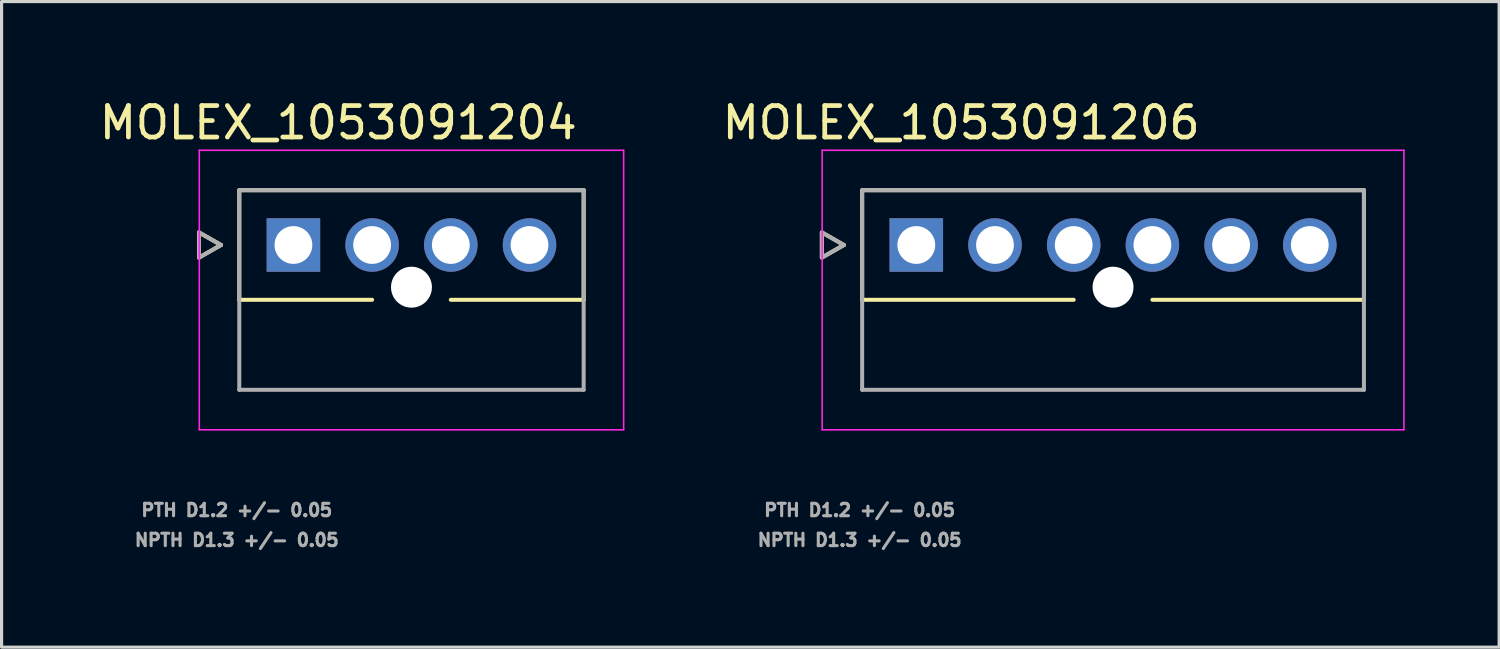
<source format=kicad_pcb>
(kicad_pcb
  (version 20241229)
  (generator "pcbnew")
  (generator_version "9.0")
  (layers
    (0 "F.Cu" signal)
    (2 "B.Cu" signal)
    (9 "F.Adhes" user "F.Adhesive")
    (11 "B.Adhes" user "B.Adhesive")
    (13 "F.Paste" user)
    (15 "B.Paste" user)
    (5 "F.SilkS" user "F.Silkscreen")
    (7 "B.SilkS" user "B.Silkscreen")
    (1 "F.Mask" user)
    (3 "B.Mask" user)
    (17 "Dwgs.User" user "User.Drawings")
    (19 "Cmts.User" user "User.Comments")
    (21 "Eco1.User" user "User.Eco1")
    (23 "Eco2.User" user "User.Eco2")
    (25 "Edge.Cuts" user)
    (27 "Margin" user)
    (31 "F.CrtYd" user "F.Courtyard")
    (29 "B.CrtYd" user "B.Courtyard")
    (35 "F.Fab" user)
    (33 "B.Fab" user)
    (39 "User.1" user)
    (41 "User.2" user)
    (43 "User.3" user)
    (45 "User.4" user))
  (footprint "MOLEX_1053091206"
    (layer "F.Cu")
    (at 26.058 4.733)
    (property "Reference" "MOLEX_1053091206" (at 1.425 -3.885 0) (layer "F.SilkS") (effects (font (size 1 1) (thickness 0.15))))
    (attr through_hole)
    (fp_circle (center 2.5 0) (end 2.963 0) (stroke (width 0.926) (type solid)) (fill no) (layer "F.Mask"))
    (fp_circle (center 5 0) (end 5.463 0) (stroke (width 0.926) (type solid)) (fill no) (layer "F.Mask"))
    (fp_circle (center 6.25 1.34) (end 6.613 1.34) (stroke (width 0.726) (type solid)) (fill no) (layer "F.Mask"))
    (fp_circle (center 7.5 0) (end 7.963 0) (stroke (width 0.926) (type solid)) (fill no) (layer "F.Mask"))
    (fp_circle (center 10 0) (end 10.463 0) (stroke (width 0.926) (type solid)) (fill no) (layer "F.Mask"))
    (fp_circle (center 12.5 0) (end 12.963 0) (stroke (width 0.926) (type solid)) (fill no) (layer "F.Mask"))
    (fp_poly (pts (xy -0.926 -0.926) (xy 0.926 -0.926) (xy 0.926 0.926) (xy -0.926 0.926)) (stroke (width 0.01) (type solid)) (fill yes) (layer "F.Mask"))
    (fp_circle (center 2.5 0) (end 2.963 0) (stroke (width 0.926) (type solid)) (fill no) (layer "B.Mask"))
    (fp_circle (center 5 0) (end 5.463 0) (stroke (width 0.926) (type solid)) (fill no) (layer "B.Mask"))
    (fp_circle (center 6.25 1.34) (end 6.613 1.34) (stroke (width 0.726) (type solid)) (fill no) (layer "B.Mask"))
    (fp_circle (center 7.5 0) (end 7.963 0) (stroke (width 0.926) (type solid)) (fill no) (layer "B.Mask"))
    (fp_circle (center 10 0) (end 10.463 0) (stroke (width 0.926) (type solid)) (fill no) (layer "B.Mask"))
    (fp_circle (center 12.5 0) (end 12.963 0) (stroke (width 0.926) (type solid)) (fill no) (layer "B.Mask"))
    (fp_poly (pts (xy -0.926 -0.926) (xy 0.926 -0.926) (xy 0.926 0.926) (xy -0.926 0.926)) (stroke (width 0.01) (type solid)) (fill yes) (layer "B.Mask"))
    (fp_line (start -3 -0.4) (end -3 0.4) (stroke (width 0.127) (type solid)) (layer "F.SilkS"))
    (fp_line (start -3 0.4) (end -2.3 0) (stroke (width 0.127) (type solid)) (layer "F.SilkS"))
    (fp_line (start -2.3 0) (end -3 -0.4) (stroke (width 0.127) (type solid)) (layer "F.SilkS"))
    (fp_line (start -1.72 -1.74) (end 14.22 -1.74) (stroke (width 0.127) (type solid)) (layer "F.SilkS"))
    (fp_line (start -1.72 1.74) (end -1.72 -1.74) (stroke (width 0.127) (type solid)) (layer "F.SilkS"))
    (fp_line (start 5 1.74) (end -1.72 1.74) (stroke (width 0.127) (type solid)) (layer "F.SilkS"))
    (fp_line (start 14.22 -1.74) (end 14.22 1.74) (stroke (width 0.127) (type solid)) (layer "F.SilkS"))
    (fp_line (start 14.22 1.74) (end 7.5 1.74) (stroke (width 0.127) (type solid)) (layer "F.SilkS"))
    (fp_line (start -2.99 -3.01) (end 15.49 -3.01) (stroke (width 0.05) (type solid)) (layer "F.CrtYd"))
    (fp_line (start -2.99 5.87) (end -2.99 -3.01) (stroke (width 0.05) (type solid)) (layer "F.CrtYd"))
    (fp_line (start -2.99 5.87) (end 15.49 5.87) (stroke (width 0.05) (type solid)) (layer "F.CrtYd"))
    (fp_line (start 15.49 -3.01) (end 15.49 5.87) (stroke (width 0.05) (type solid)) (layer "F.CrtYd"))
    (fp_line (start -3 -0.4) (end -3 0.4) (stroke (width 0.127) (type solid)) (layer "F.Fab"))
    (fp_line (start -3 0.4) (end -2.3 0) (stroke (width 0.127) (type solid)) (layer "F.Fab"))
    (fp_line (start -2.3 0) (end -3 -0.4) (stroke (width 0.127) (type solid)) (layer "F.Fab"))
    (fp_line (start -1.72 -1.74) (end 14.22 -1.74) (stroke (width 0.127) (type solid)) (layer "F.Fab"))
    (fp_line (start -1.72 4.6) (end -1.72 -1.74) (stroke (width 0.127) (type solid)) (layer "F.Fab"))
    (fp_line (start 14.22 -1.74) (end 14.22 4.6) (stroke (width 0.127) (type solid)) (layer "F.Fab"))
    (fp_line (start 14.22 4.6) (end -1.72 4.6) (stroke (width 0.127) (type solid)) (layer "F.Fab"))
    (fp_text user "PTH D1.2 +/- 0.05" (at -1.8 8.422 0) (layer "F.Fab") (effects (font (size 0.394 0.394) (thickness 0.098))))
    (fp_text user "NPTH D1.3 +/- 0.05" (at -1.8 9.372 0) (layer "F.Fab") (effects (font (size 0.394 0.394) (thickness 0.098))))
    (pad "" np_thru_hole circle (at 6.25 1.34) (size 1.3 1.3) (drill 1.3) (layers "*.Cu" "*.Mask"))
    (pad "1" thru_hole rect (at 0 0) (size 1.7 1.7) (drill 1.2) (layers "*.Cu"))
    (pad "2" thru_hole circle (at 2.5 0) (size 1.7 1.7) (drill 1.2) (layers "*.Cu"))
    (pad "3" thru_hole circle (at 5 0) (size 1.7 1.7) (drill 1.2) (layers "*.Cu"))
    (pad "4" thru_hole circle (at 7.5 0) (size 1.7 1.7) (drill 1.2) (layers "*.Cu"))
    (pad "5" thru_hole circle (at 10 0) (size 1.7 1.7) (drill 1.2) (layers "*.Cu"))
    (pad "6" thru_hole circle (at 12.5 0) (size 1.7 1.7) (drill 1.2) (layers "*.Cu")))
  (footprint "MOLEX_1053091204"
    (layer "F.Cu")
    (at 6.271 4.733)
    (property "Reference" "MOLEX_1053091204" (at 1.425 -3.885 0) (layer "F.SilkS") (effects (font (size 1 1) (thickness 0.15))))
    (attr through_hole)
    (fp_circle (center 2.5 0) (end 2.963 0) (stroke (width 0.926) (type solid)) (fill no) (layer "F.Mask"))
    (fp_circle (center 3.75 1.34) (end 4.113 1.34) (stroke (width 0.726) (type solid)) (fill no) (layer "F.Mask"))
    (fp_circle (center 5 0) (end 5.463 0) (stroke (width 0.926) (type solid)) (fill no) (layer "F.Mask"))
    (fp_circle (center 7.5 0) (end 7.963 0) (stroke (width 0.926) (type solid)) (fill no) (layer "F.Mask"))
    (fp_poly (pts (xy -0.926 -0.926) (xy 0.926 -0.926) (xy 0.926 0.926) (xy -0.926 0.926)) (stroke (width 0.01) (type solid)) (fill yes) (layer "F.Mask"))
    (fp_circle (center 2.5 0) (end 2.963 0) (stroke (width 0.926) (type solid)) (fill no) (layer "B.Mask"))
    (fp_circle (center 3.75 1.34) (end 4.113 1.34) (stroke (width 0.726) (type solid)) (fill no) (layer "B.Mask"))
    (fp_circle (center 5 0) (end 5.463 0) (stroke (width 0.926) (type solid)) (fill no) (layer "B.Mask"))
    (fp_circle (center 7.5 0) (end 7.963 0) (stroke (width 0.926) (type solid)) (fill no) (layer "B.Mask"))
    (fp_poly (pts (xy -0.926 -0.926) (xy 0.926 -0.926) (xy 0.926 0.926) (xy -0.926 0.926)) (stroke (width 0.01) (type solid)) (fill yes) (layer "B.Mask"))
    (fp_line (start -3 -0.4) (end -3 0.4) (stroke (width 0.127) (type solid)) (layer "F.SilkS"))
    (fp_line (start -3 0.4) (end -2.3 0) (stroke (width 0.127) (type solid)) (layer "F.SilkS"))
    (fp_line (start -2.3 0) (end -3 -0.4) (stroke (width 0.127) (type solid)) (layer "F.SilkS"))
    (fp_line (start -1.72 -1.74) (end 9.22 -1.74) (stroke (width 0.127) (type solid)) (layer "F.SilkS"))
    (fp_line (start -1.72 1.74) (end -1.72 -1.74) (stroke (width 0.127) (type solid)) (layer "F.SilkS"))
    (fp_line (start 2.5 1.74) (end -1.72 1.74) (stroke (width 0.127) (type solid)) (layer "F.SilkS"))
    (fp_line (start 9.22 -1.74) (end 9.22 1.74) (stroke (width 0.127) (type solid)) (layer "F.SilkS"))
    (fp_line (start 9.22 1.74) (end 5 1.74) (stroke (width 0.127) (type solid)) (layer "F.SilkS"))
    (fp_line (start -2.99 -3.01) (end 10.49 -3.01) (stroke (width 0.05) (type solid)) (layer "F.CrtYd"))
    (fp_line (start -2.99 5.87) (end -2.99 -3.01) (stroke (width 0.05) (type solid)) (layer "F.CrtYd"))
    (fp_line (start -2.99 5.87) (end 10.49 5.87) (stroke (width 0.05) (type solid)) (layer "F.CrtYd"))
    (fp_line (start 10.49 -3.01) (end 10.49 5.87) (stroke (width 0.05) (type solid)) (layer "F.CrtYd"))
    (fp_line (start -3 -0.4) (end -3 0.4) (stroke (width 0.127) (type solid)) (layer "F.Fab"))
    (fp_line (start -3 0.4) (end -2.3 0) (stroke (width 0.127) (type solid)) (layer "F.Fab"))
    (fp_line (start -2.3 0) (end -3 -0.4) (stroke (width 0.127) (type solid)) (layer "F.Fab"))
    (fp_line (start -1.72 -1.74) (end 9.22 -1.74) (stroke (width 0.127) (type solid)) (layer "F.Fab"))
    (fp_line (start -1.72 4.6) (end -1.72 -1.74) (stroke (width 0.127) (type solid)) (layer "F.Fab"))
    (fp_line (start 9.22 -1.74) (end 9.22 4.6) (stroke (width 0.127) (type solid)) (layer "F.Fab"))
    (fp_line (start 9.22 4.6) (end -1.72 4.6) (stroke (width 0.127) (type solid)) (layer "F.Fab"))
    (fp_text user "NPTH D1.3 +/- 0.05" (at -1.8 9.372 0) (layer "F.Fab") (effects (font (size 0.394 0.394) (thickness 0.098))))
    (fp_text user "PTH D1.2 +/- 0.05" (at -1.8 8.422 0) (layer "F.Fab") (effects (font (size 0.394 0.394) (thickness 0.098))))
    (pad "" np_thru_hole circle (at 3.75 1.34) (size 1.3 1.3) (drill 1.3) (layers "*.Cu" "*.Mask"))
    (pad "1" thru_hole rect (at 0 0) (size 1.7 1.7) (drill 1.2) (layers "*.Cu"))
    (pad "2" thru_hole circle (at 2.5 0) (size 1.7 1.7) (drill 1.2) (layers "*.Cu"))
    (pad "3" thru_hole circle (at 5 0) (size 1.7 1.7) (drill 1.2) (layers "*.Cu"))
    (pad "4" thru_hole circle (at 7.5 0) (size 1.7 1.7) (drill 1.2) (layers "*.Cu")))
  (gr_rect
    (start -3 -3)
    (end 44.573 17.509)
    (stroke (width 0.1) (type default))
    (fill no)
    (layer "Edge.Cuts")))
</source>
